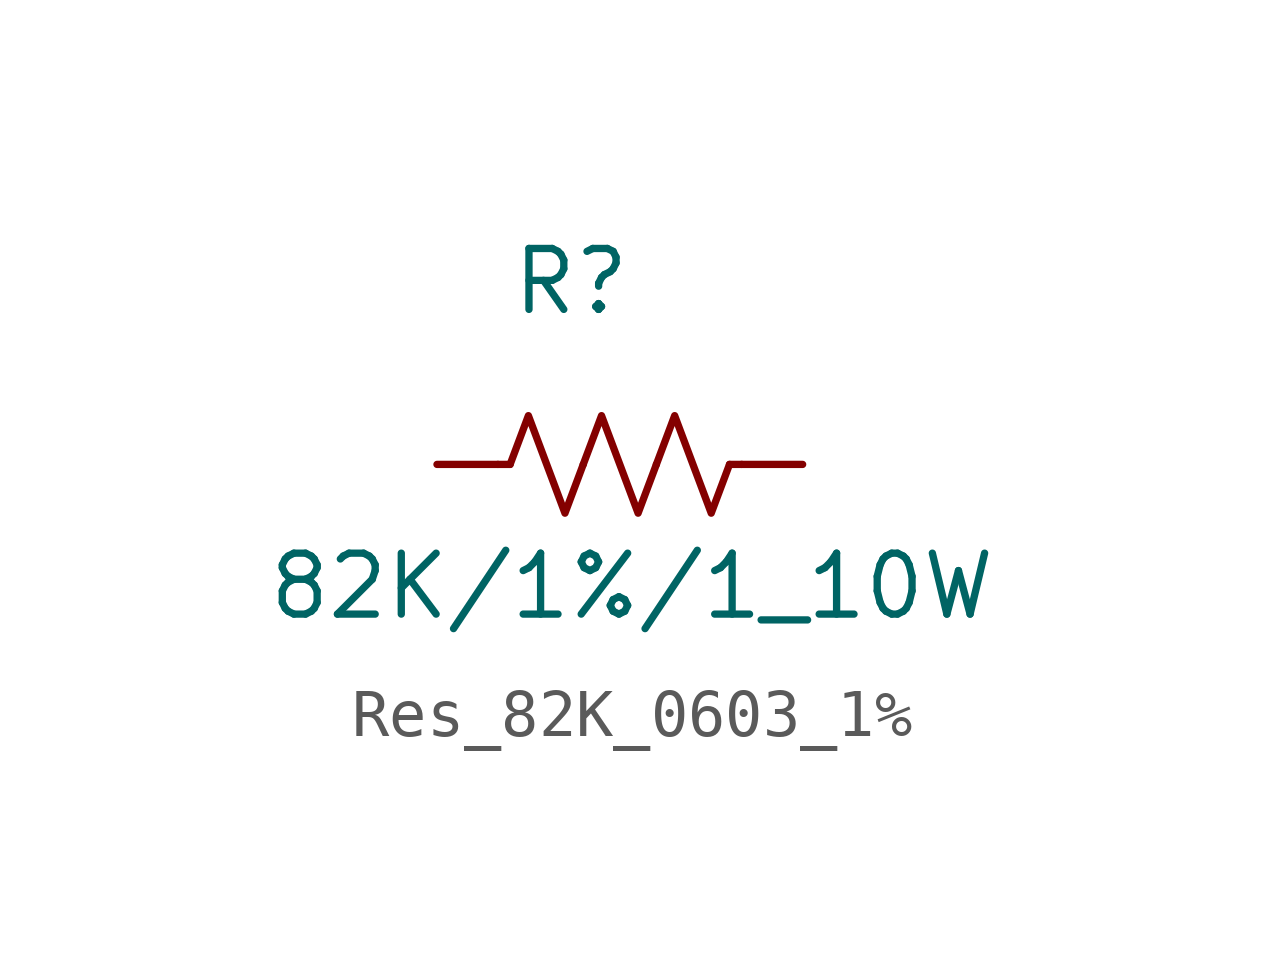
<source format=kicad_sym>
(kicad_symbol_lib
  (version 20231120)
  (generator "kicad_symbol_editor")
  (generator_version "8.0")
  (symbol "Res_82K_0603_1%"
    (pin_numbers hide)
    (pin_names hide)
    (property "Reference" "R"
      (at 2.794 3.81 0)
      (effects (font (size 1.27 1.27))))
    (property "Value" "82K/1%/1_10W"
      (at 4.064 -2.54 0)
      (effects (font (size 1.27 1.27))))
    (symbol "Res_82K_0603_1%_0_1"
      (polyline (pts (xy 1.524 0) (xy 1.27 0)) (stroke (width 0) (type default)) (fill (type none)))
      (polyline (pts (xy 6.096 0) (xy 6.35 0)) (stroke (width 0) (type default)) (fill (type none)))
      (polyline (pts (xy 1.524 0) (xy 1.905 1.016) (xy 2.286 0) (xy 2.667 -1.016) (xy 3.048 0)) (stroke (width 0) (type default)) (fill (type none)))
      (polyline (pts (xy 3.048 0) (xy 3.429 1.016) (xy 3.81 0) (xy 4.191 -1.016) (xy 4.572 0)) (stroke (width 0) (type default)) (fill (type none)))
      (polyline (pts (xy 4.572 0) (xy 4.953 1.016) (xy 5.334 0) (xy 5.715 -1.016) (xy 6.096 0)) (stroke (width 0) (type default)) (fill (type none))))
    (symbol "Res_82K_0603_1%_1_1"
      (pin passive line (at 0 0 0) (length 1.27) (name "~" (effects (font (size 1.27 1.27)))) (number "1" (effects (font (size 1.27 1.27)))))
      (pin passive line (at 7.62 0 180) (length 1.27) (name "~" (effects (font (size 1.27 1.27)))) (number "2" (effects (font (size 1.27 1.27))))))))
</source>
